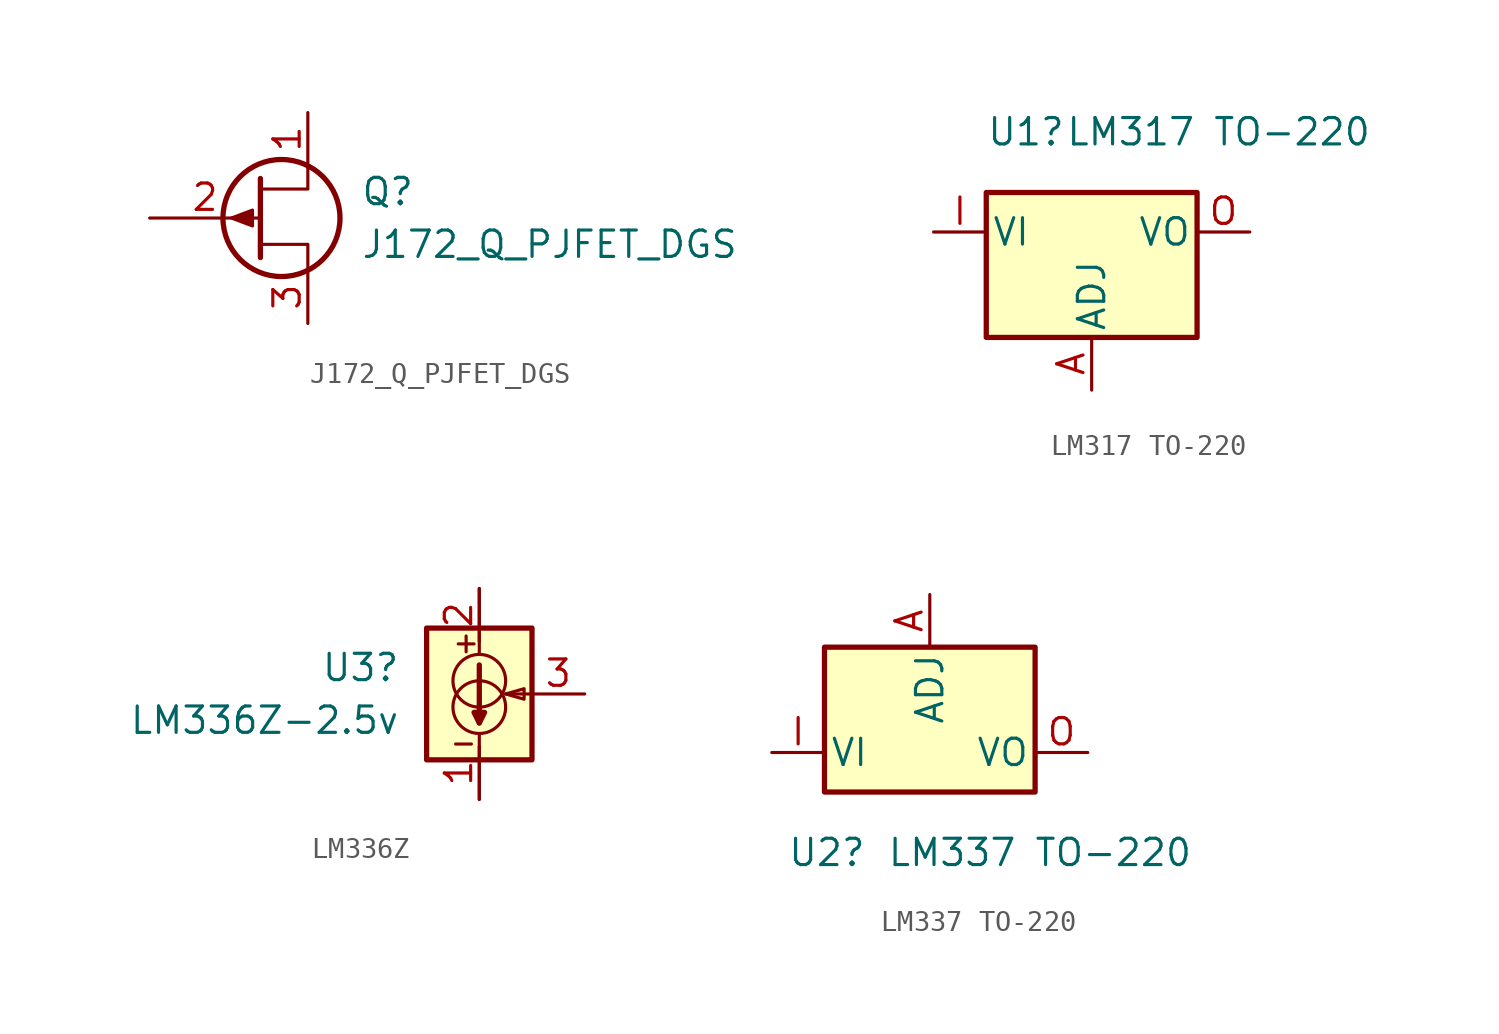
<source format=kicad_sym>
(kicad_symbol_lib
  (version 20241209)
  (generator "kicad_symbol_editor")
  (generator_version "9.0")
  (symbol "J172_Q_PJFET_DGS"
    (pin_names
      (offset 0)
      (hide yes))
    (property "Reference" "Q"
      (at 5.08 1.27 0)
      (effects (font (size 1.27 1.27)) (justify left)))
    (property "Value" "J172_Q_PJFET_DGS"
      (at 5.08 -1.27 0)
      (effects (font (size 1.27 1.27)) (justify left)))
    (symbol "J172_Q_PJFET_DGS_0_1"
      (polyline (pts (xy -1.143 0) (xy -0.127 0.381) (xy -0.127 -0.381) (xy -1.143 0)) (stroke (width 0) (type default)) (fill (type outline)))
      (polyline (pts (xy 0.254 1.905) (xy 0.254 -1.905) (xy 0.254 -1.905)) (stroke (width 0.254) (type default)) (fill (type none)))
      (circle (center 1.27 0) (radius 2.819) (stroke (width 0.254) (type default)) (fill (type none)))
      (polyline (pts (xy 2.54 2.54) (xy 2.54 1.397) (xy 0.254 1.397)) (stroke (width 0) (type default)) (fill (type none)))
      (polyline (pts (xy 2.54 -2.54) (xy 2.54 -1.27) (xy 0.254 -1.27)) (stroke (width 0) (type default)) (fill (type none))))
    (symbol "J172_Q_PJFET_DGS_1_1"
      (pin input line (at -5.08 0 0) (length 5.334) (name "G" (effects (font (size 1.27 1.27)))) (number "2" (effects (font (size 1.27 1.27)))))
      (pin passive line (at 2.54 5.08 270) (length 2.54) (name "D" (effects (font (size 1.27 1.27)))) (number "1" (effects (font (size 1.27 1.27)))))
      (pin passive line (at 2.54 -5.08 90) (length 2.54) (name "S" (effects (font (size 1.27 1.27)))) (number "3" (effects (font (size 1.27 1.27)))))))
  (symbol "LM317 TO-220"
    (pin_names
      (offset 0.254))
    (property "Reference" "U1"
      (at -5.08 4.826 0)
      (effects (font (size 1.27 1.27)) (justify left)))
    (property "Value" "LM317 TO-220"
      (at -1.27 4.826 0)
      (effects (font (size 1.27 1.27)) (justify left)))
    (symbol "LM317 TO-220_0_1"
      (rectangle (start -5.08 1.905) (end 5.08 -5.08) (stroke (width 0.254) (type default)) (fill (type background))))
    (symbol "LM317 TO-220_1_1"
      (pin power_in line (at -7.62 0 0) (length 2.54) (name "VI" (effects (font (size 1.27 1.27)))) (number "I" (effects (font (size 1.27 1.27)))))
      (pin input line (at 0 -7.62 90) (length 2.54) (name "ADJ" (effects (font (size 1.27 1.27)))) (number "A" (effects (font (size 1.27 1.27)))))
      (pin power_out line (at 7.62 0 180) (length 2.54) (name "VO" (effects (font (size 1.27 1.27)))) (number "O" (effects (font (size 1.27 1.27)))))))
  (symbol "LM336Z"
    (property "Reference" "U3"
      (at -3.81 1.27 0)
      (effects (font (size 1.27 1.27)) (justify right)))
    (property "Value" "LM336Z-2.5v"
      (at -3.81 -1.27 0)
      (effects (font (size 1.27 1.27)) (justify right)))
    (symbol "LM336Z_0_1"
      (rectangle (start -2.54 3.175) (end 2.54 -3.175) (stroke (width 0.254) (type default)) (fill (type background)))
      (polyline (pts (xy -1.143 -2.413) (xy -0.381 -2.413)) (stroke (width 0) (type default)) (fill (type none)))
      (polyline (pts (xy -1.016 2.413) (xy -0.254 2.413)) (stroke (width 0) (type default)) (fill (type none)))
      (polyline (pts (xy -0.635 2.794) (xy -0.635 2.032)) (stroke (width 0) (type default)) (fill (type none)))
      (polyline (pts (xy 0 5.08) (xy 0 1.905)) (stroke (width 0) (type default)) (fill (type none)))
      (polyline (pts (xy 0 1.397) (xy 0 -1.397)) (stroke (width 0.254) (type default)) (fill (type none)))
      (circle (center 0 0.635) (radius 1.27) (stroke (width 0) (type default)) (fill (type none)))
      (circle (center 0 -0.635) (radius 1.27) (stroke (width 0) (type default)) (fill (type none)))
      (polyline (pts (xy 0 -1.397) (xy -0.254 -0.889) (xy 0.254 -0.889) (xy 0 -1.397)) (stroke (width 0.254) (type default)) (fill (type none)))
      (polyline (pts (xy 0 -1.905) (xy 0 -5.08)) (stroke (width 0) (type default)) (fill (type none)))
      (polyline (pts (xy 1.27 0) (xy 2.159 0.254) (xy 2.159 -0.254) (xy 1.27 0)) (stroke (width 0) (type default)) (fill (type none)))
      (polyline (pts (xy 2.54 0) (xy 1.27 0)) (stroke (width 0) (type default)) (fill (type none))))
    (symbol "LM336Z_1_1"
      (pin passive line (at 0 5.08 270) (length 2.54) (name "~" (effects (font (size 1.27 1.27)))) (number "2" (effects (font (size 1.27 1.27)))))
      (pin passive line (at 0 -5.08 90) (length 2.54) (name "~" (effects (font (size 1.27 1.27)))) (number "1" (effects (font (size 1.27 1.27)))))
      (pin passive line (at 5.08 0 180) (length 2.54) (name "~" (effects (font (size 1.27 1.27)))) (number "3" (effects (font (size 1.27 1.27)))))))
  (symbol "LM337 TO-220"
    (pin_names
      (offset 0.254))
    (property "Reference" "U2"
      (at -3.048 -4.826 0)
      (effects (font (size 1.27 1.27)) (justify right)))
    (property "Value" "LM337 TO-220"
      (at 12.7 -4.826 0)
      (effects (font (size 1.27 1.27)) (justify right)))
    (symbol "LM337 TO-220_0_1"
      (rectangle (start -5.08 5.08) (end 5.08 -1.905) (stroke (width 0.254) (type default)) (fill (type background))))
    (symbol "LM337 TO-220_1_1"
      (pin power_in line (at -7.62 0 0) (length 2.54) (name "VI" (effects (font (size 1.27 1.27)))) (number "I" (effects (font (size 1.27 1.27)))))
      (pin input line (at 0 7.62 270) (length 2.54) (name "ADJ" (effects (font (size 1.27 1.27)))) (number "A" (effects (font (size 1.27 1.27)))))
      (pin power_out line (at 7.62 0 180) (length 2.54) (name "VO" (effects (font (size 1.27 1.27)))) (number "O" (effects (font (size 1.27 1.27))))))))
</source>
